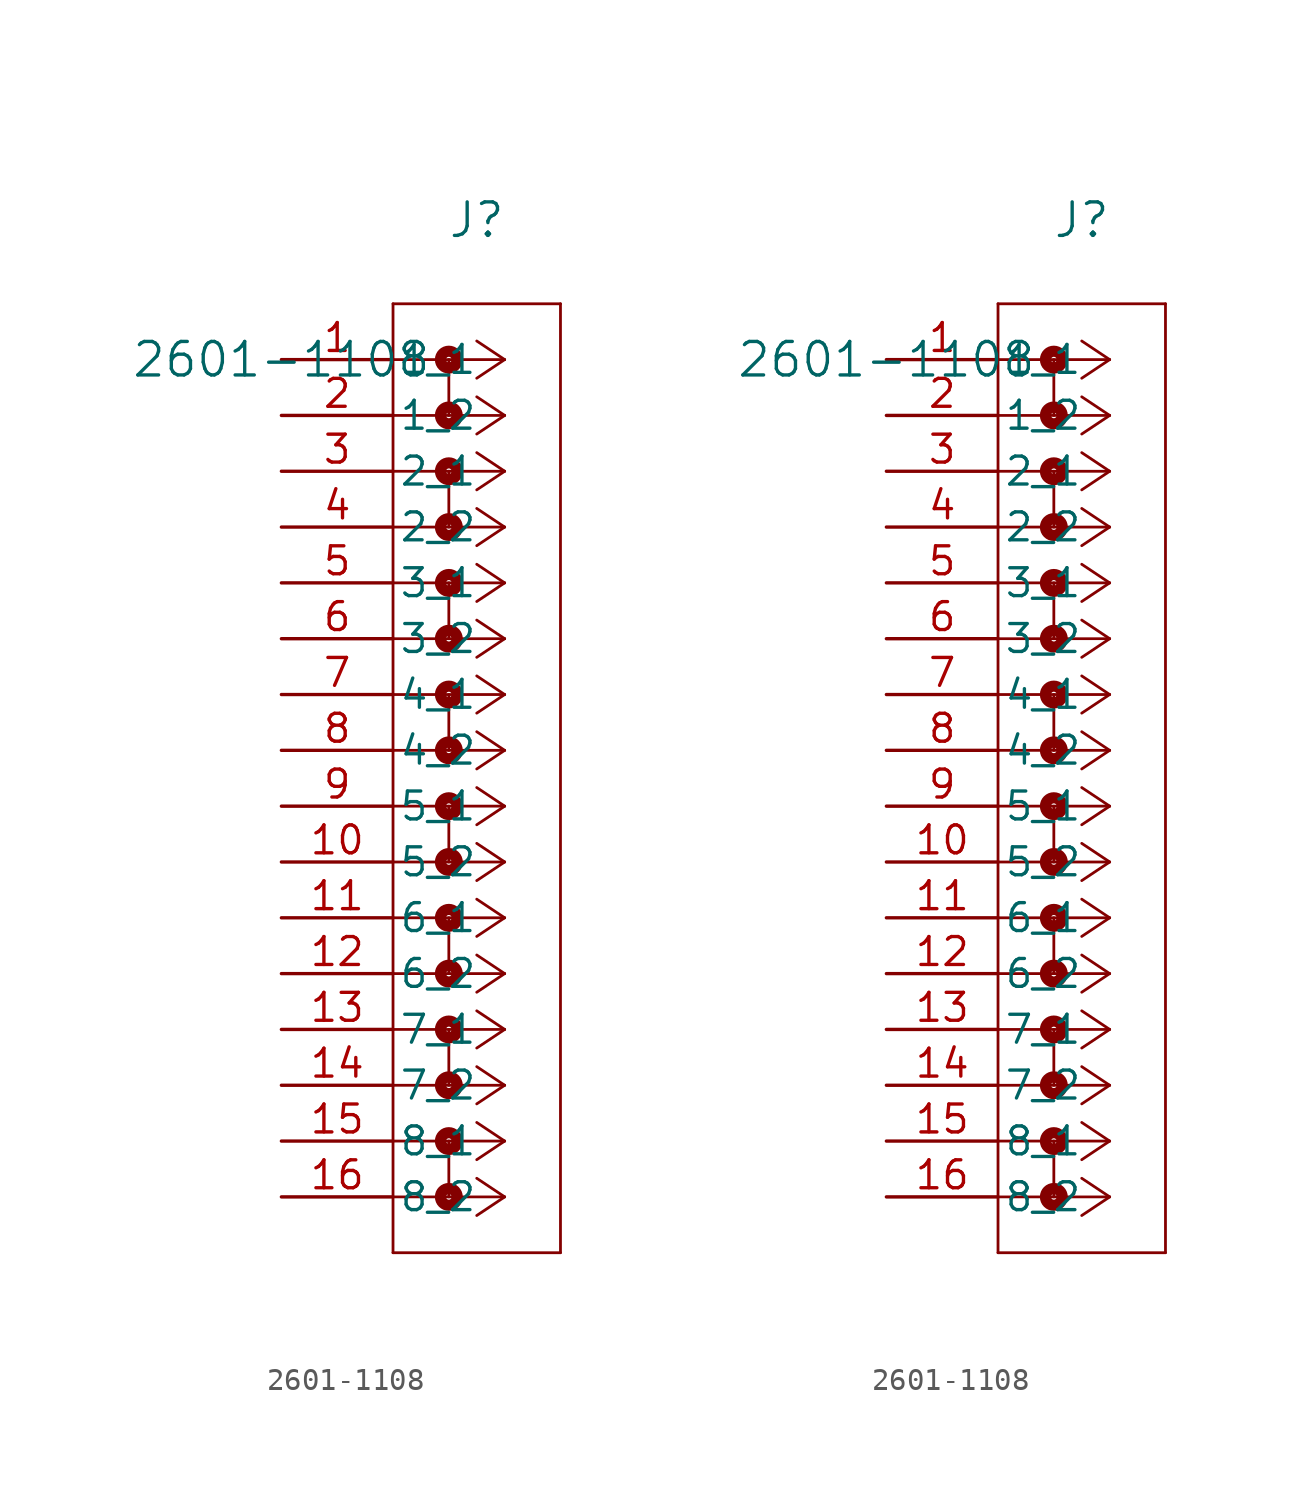
<source format=kicad_sym>
(kicad_symbol_lib
  (version 20211014)
  (generator kicad_symbol_editor)
  (symbol "2601-1108"
    (pin_names
      (offset 0.254))
    (property "Reference" "J"
      (at 8.89 6.35 0)
      (effects (font (size 1.524 1.524))))
    (property "Value" "2601-1108"
      (at 0 0 0)
      (effects (font (size 1.524 1.524))))
    (symbol "2601-1108_1_1"
      (polyline (pts (xy 10.16 0) (xy 5.08 0)) (stroke (width 0.127) (type default) (color 0 0 0 0)) (fill (type none)))
      (polyline (pts (xy 10.16 -2.54) (xy 5.08 -2.54)) (stroke (width 0.127) (type default) (color 0 0 0 0)) (fill (type none)))
      (polyline (pts (xy 10.16 -5.08) (xy 5.08 -5.08)) (stroke (width 0.127) (type default) (color 0 0 0 0)) (fill (type none)))
      (polyline (pts (xy 10.16 -7.62) (xy 5.08 -7.62)) (stroke (width 0.127) (type default) (color 0 0 0 0)) (fill (type none)))
      (polyline (pts (xy 10.16 -10.16) (xy 5.08 -10.16)) (stroke (width 0.127) (type default) (color 0 0 0 0)) (fill (type none)))
      (polyline (pts (xy 10.16 -12.7) (xy 5.08 -12.7)) (stroke (width 0.127) (type default) (color 0 0 0 0)) (fill (type none)))
      (polyline (pts (xy 10.16 -15.24) (xy 5.08 -15.24)) (stroke (width 0.127) (type default) (color 0 0 0 0)) (fill (type none)))
      (polyline (pts (xy 10.16 -17.78) (xy 5.08 -17.78)) (stroke (width 0.127) (type default) (color 0 0 0 0)) (fill (type none)))
      (polyline (pts (xy 10.16 -20.32) (xy 5.08 -20.32)) (stroke (width 0.127) (type default) (color 0 0 0 0)) (fill (type none)))
      (polyline (pts (xy 10.16 -22.86) (xy 5.08 -22.86)) (stroke (width 0.127) (type default) (color 0 0 0 0)) (fill (type none)))
      (polyline (pts (xy 10.16 -25.4) (xy 5.08 -25.4)) (stroke (width 0.127) (type default) (color 0 0 0 0)) (fill (type none)))
      (polyline (pts (xy 10.16 -27.94) (xy 5.08 -27.94)) (stroke (width 0.127) (type default) (color 0 0 0 0)) (fill (type none)))
      (polyline (pts (xy 10.16 -30.48) (xy 5.08 -30.48)) (stroke (width 0.127) (type default) (color 0 0 0 0)) (fill (type none)))
      (polyline (pts (xy 10.16 -33.02) (xy 5.08 -33.02)) (stroke (width 0.127) (type default) (color 0 0 0 0)) (fill (type none)))
      (polyline (pts (xy 10.16 -35.56) (xy 5.08 -35.56)) (stroke (width 0.127) (type default) (color 0 0 0 0)) (fill (type none)))
      (polyline (pts (xy 10.16 -38.1) (xy 5.08 -38.1)) (stroke (width 0.127) (type default) (color 0 0 0 0)) (fill (type none)))
      (polyline (pts (xy 10.16 0) (xy 8.89 0.847)) (stroke (width 0.127) (type default) (color 0 0 0 0)) (fill (type none)))
      (polyline (pts (xy 10.16 -2.54) (xy 8.89 -1.693)) (stroke (width 0.127) (type default) (color 0 0 0 0)) (fill (type none)))
      (polyline (pts (xy 10.16 -5.08) (xy 8.89 -4.233)) (stroke (width 0.127) (type default) (color 0 0 0 0)) (fill (type none)))
      (polyline (pts (xy 10.16 -7.62) (xy 8.89 -6.773)) (stroke (width 0.127) (type default) (color 0 0 0 0)) (fill (type none)))
      (polyline (pts (xy 10.16 -10.16) (xy 8.89 -9.313)) (stroke (width 0.127) (type default) (color 0 0 0 0)) (fill (type none)))
      (polyline (pts (xy 10.16 -12.7) (xy 8.89 -11.853)) (stroke (width 0.127) (type default) (color 0 0 0 0)) (fill (type none)))
      (polyline (pts (xy 10.16 -15.24) (xy 8.89 -14.393)) (stroke (width 0.127) (type default) (color 0 0 0 0)) (fill (type none)))
      (polyline (pts (xy 10.16 -17.78) (xy 8.89 -16.933)) (stroke (width 0.127) (type default) (color 0 0 0 0)) (fill (type none)))
      (polyline (pts (xy 10.16 -20.32) (xy 8.89 -19.473)) (stroke (width 0.127) (type default) (color 0 0 0 0)) (fill (type none)))
      (polyline (pts (xy 10.16 -22.86) (xy 8.89 -22.013)) (stroke (width 0.127) (type default) (color 0 0 0 0)) (fill (type none)))
      (polyline (pts (xy 10.16 -25.4) (xy 8.89 -24.553)) (stroke (width 0.127) (type default) (color 0 0 0 0)) (fill (type none)))
      (polyline (pts (xy 10.16 -27.94) (xy 8.89 -27.093)) (stroke (width 0.127) (type default) (color 0 0 0 0)) (fill (type none)))
      (polyline (pts (xy 10.16 -30.48) (xy 8.89 -29.633)) (stroke (width 0.127) (type default) (color 0 0 0 0)) (fill (type none)))
      (polyline (pts (xy 10.16 -33.02) (xy 8.89 -32.173)) (stroke (width 0.127) (type default) (color 0 0 0 0)) (fill (type none)))
      (polyline (pts (xy 10.16 -35.56) (xy 8.89 -34.713)) (stroke (width 0.127) (type default) (color 0 0 0 0)) (fill (type none)))
      (polyline (pts (xy 10.16 -38.1) (xy 8.89 -37.253)) (stroke (width 0.127) (type default) (color 0 0 0 0)) (fill (type none)))
      (polyline (pts (xy 10.16 0) (xy 8.89 -0.847)) (stroke (width 0.127) (type default) (color 0 0 0 0)) (fill (type none)))
      (polyline (pts (xy 10.16 -2.54) (xy 8.89 -3.387)) (stroke (width 0.127) (type default) (color 0 0 0 0)) (fill (type none)))
      (polyline (pts (xy 10.16 -5.08) (xy 8.89 -5.927)) (stroke (width 0.127) (type default) (color 0 0 0 0)) (fill (type none)))
      (polyline (pts (xy 10.16 -7.62) (xy 8.89 -8.467)) (stroke (width 0.127) (type default) (color 0 0 0 0)) (fill (type none)))
      (polyline (pts (xy 10.16 -10.16) (xy 8.89 -11.007)) (stroke (width 0.127) (type default) (color 0 0 0 0)) (fill (type none)))
      (polyline (pts (xy 10.16 -12.7) (xy 8.89 -13.547)) (stroke (width 0.127) (type default) (color 0 0 0 0)) (fill (type none)))
      (polyline (pts (xy 10.16 -15.24) (xy 8.89 -16.087)) (stroke (width 0.127) (type default) (color 0 0 0 0)) (fill (type none)))
      (polyline (pts (xy 10.16 -17.78) (xy 8.89 -18.627)) (stroke (width 0.127) (type default) (color 0 0 0 0)) (fill (type none)))
      (polyline (pts (xy 10.16 -20.32) (xy 8.89 -21.167)) (stroke (width 0.127) (type default) (color 0 0 0 0)) (fill (type none)))
      (polyline (pts (xy 10.16 -22.86) (xy 8.89 -23.707)) (stroke (width 0.127) (type default) (color 0 0 0 0)) (fill (type none)))
      (polyline (pts (xy 10.16 -25.4) (xy 8.89 -26.247)) (stroke (width 0.127) (type default) (color 0 0 0 0)) (fill (type none)))
      (polyline (pts (xy 10.16 -27.94) (xy 8.89 -28.787)) (stroke (width 0.127) (type default) (color 0 0 0 0)) (fill (type none)))
      (polyline (pts (xy 10.16 -30.48) (xy 8.89 -31.327)) (stroke (width 0.127) (type default) (color 0 0 0 0)) (fill (type none)))
      (polyline (pts (xy 10.16 -33.02) (xy 8.89 -33.867)) (stroke (width 0.127) (type default) (color 0 0 0 0)) (fill (type none)))
      (polyline (pts (xy 10.16 -35.56) (xy 8.89 -36.407)) (stroke (width 0.127) (type default) (color 0 0 0 0)) (fill (type none)))
      (polyline (pts (xy 10.16 -38.1) (xy 8.89 -38.947)) (stroke (width 0.127) (type default) (color 0 0 0 0)) (fill (type none)))
      (polyline (pts (xy 5.08 2.54) (xy 5.08 -40.64)) (stroke (width 0.127) (type default) (color 0 0 0 0)) (fill (type none)))
      (polyline (pts (xy 5.08 -40.64) (xy 12.7 -40.64)) (stroke (width 0.127) (type default) (color 0 0 0 0)) (fill (type none)))
      (polyline (pts (xy 12.7 -40.64) (xy 12.7 2.54)) (stroke (width 0.127) (type default) (color 0 0 0 0)) (fill (type none)))
      (polyline (pts (xy 12.7 2.54) (xy 5.08 2.54)) (stroke (width 0.127) (type default) (color 0 0 0 0)) (fill (type none)))
      (circle (center 7.62 0) (radius 0.127) (stroke (width 0.508) (type default) (color 0 0 0 0)) (fill (type none)))
      (polyline (pts (xy 7.62 0) (xy 7.62 -2.54)) (stroke (width 0.127) (type default) (color 0 0 0 0)) (fill (type none)))
      (circle (center 7.62 -2.54) (radius 0.127) (stroke (width 0.508) (type default) (color 0 0 0 0)) (fill (type none)))
      (circle (center 7.62 -5.08) (radius 0.127) (stroke (width 0.508) (type default) (color 0 0 0 0)) (fill (type none)))
      (polyline (pts (xy 7.62 -5.08) (xy 7.62 -7.62)) (stroke (width 0.127) (type default) (color 0 0 0 0)) (fill (type none)))
      (circle (center 7.62 -7.62) (radius 0.127) (stroke (width 0.508) (type default) (color 0 0 0 0)) (fill (type none)))
      (circle (center 7.62 -10.16) (radius 0.127) (stroke (width 0.508) (type default) (color 0 0 0 0)) (fill (type none)))
      (polyline (pts (xy 7.62 -10.16) (xy 7.62 -12.7)) (stroke (width 0.127) (type default) (color 0 0 0 0)) (fill (type none)))
      (circle (center 7.62 -12.7) (radius 0.127) (stroke (width 0.508) (type default) (color 0 0 0 0)) (fill (type none)))
      (circle (center 7.62 -15.24) (radius 0.127) (stroke (width 0.508) (type default) (color 0 0 0 0)) (fill (type none)))
      (polyline (pts (xy 7.62 -15.24) (xy 7.62 -17.78)) (stroke (width 0.127) (type default) (color 0 0 0 0)) (fill (type none)))
      (circle (center 7.62 -17.78) (radius 0.127) (stroke (width 0.508) (type default) (color 0 0 0 0)) (fill (type none)))
      (circle (center 7.62 -20.32) (radius 0.127) (stroke (width 0.508) (type default) (color 0 0 0 0)) (fill (type none)))
      (polyline (pts (xy 7.62 -20.32) (xy 7.62 -22.86)) (stroke (width 0.127) (type default) (color 0 0 0 0)) (fill (type none)))
      (circle (center 7.62 -22.86) (radius 0.127) (stroke (width 0.508) (type default) (color 0 0 0 0)) (fill (type none)))
      (circle (center 7.62 -25.4) (radius 0.127) (stroke (width 0.508) (type default) (color 0 0 0 0)) (fill (type none)))
      (polyline (pts (xy 7.62 -25.4) (xy 7.62 -27.94)) (stroke (width 0.127) (type default) (color 0 0 0 0)) (fill (type none)))
      (circle (center 7.62 -27.94) (radius 0.127) (stroke (width 0.508) (type default) (color 0 0 0 0)) (fill (type none)))
      (circle (center 7.62 -30.48) (radius 0.127) (stroke (width 0.508) (type default) (color 0 0 0 0)) (fill (type none)))
      (polyline (pts (xy 7.62 -30.48) (xy 7.62 -33.02)) (stroke (width 0.127) (type default) (color 0 0 0 0)) (fill (type none)))
      (circle (center 7.62 -33.02) (radius 0.127) (stroke (width 0.508) (type default) (color 0 0 0 0)) (fill (type none)))
      (circle (center 7.62 -35.56) (radius 0.127) (stroke (width 0.508) (type default) (color 0 0 0 0)) (fill (type none)))
      (polyline (pts (xy 7.62 -35.56) (xy 7.62 -38.1)) (stroke (width 0.127) (type default) (color 0 0 0 0)) (fill (type none)))
      (circle (center 7.62 -38.1) (radius 0.127) (stroke (width 0.508) (type default) (color 0 0 0 0)) (fill (type none)))
      (pin unspecified line (at 0 0 0) (length 5.08) (name "1_1" (effects (font (size 1.27 1.27)))) (number "1" (effects (font (size 1.27 1.27)))))
      (pin unspecified line (at 0 -2.54 0) (length 5.08) (name "1_2" (effects (font (size 1.27 1.27)))) (number "2" (effects (font (size 1.27 1.27)))))
      (pin unspecified line (at 0 -5.08 0) (length 5.08) (name "2_1" (effects (font (size 1.27 1.27)))) (number "3" (effects (font (size 1.27 1.27)))))
      (pin unspecified line (at 0 -7.62 0) (length 5.08) (name "2_2" (effects (font (size 1.27 1.27)))) (number "4" (effects (font (size 1.27 1.27)))))
      (pin unspecified line (at 0 -10.16 0) (length 5.08) (name "3_1" (effects (font (size 1.27 1.27)))) (number "5" (effects (font (size 1.27 1.27)))))
      (pin unspecified line (at 0 -12.7 0) (length 5.08) (name "3_2" (effects (font (size 1.27 1.27)))) (number "6" (effects (font (size 1.27 1.27)))))
      (pin unspecified line (at 0 -15.24 0) (length 5.08) (name "4_1" (effects (font (size 1.27 1.27)))) (number "7" (effects (font (size 1.27 1.27)))))
      (pin unspecified line (at 0 -17.78 0) (length 5.08) (name "4_2" (effects (font (size 1.27 1.27)))) (number "8" (effects (font (size 1.27 1.27)))))
      (pin unspecified line (at 0 -20.32 0) (length 5.08) (name "5_1" (effects (font (size 1.27 1.27)))) (number "9" (effects (font (size 1.27 1.27)))))
      (pin unspecified line (at 0 -22.86 0) (length 5.08) (name "5_2" (effects (font (size 1.27 1.27)))) (number "10" (effects (font (size 1.27 1.27)))))
      (pin unspecified line (at 0 -25.4 0) (length 5.08) (name "6_1" (effects (font (size 1.27 1.27)))) (number "11" (effects (font (size 1.27 1.27)))))
      (pin unspecified line (at 0 -27.94 0) (length 5.08) (name "6_2" (effects (font (size 1.27 1.27)))) (number "12" (effects (font (size 1.27 1.27)))))
      (pin unspecified line (at 0 -30.48 0) (length 5.08) (name "7_1" (effects (font (size 1.27 1.27)))) (number "13" (effects (font (size 1.27 1.27)))))
      (pin unspecified line (at 0 -33.02 0) (length 5.08) (name "7_2" (effects (font (size 1.27 1.27)))) (number "14" (effects (font (size 1.27 1.27)))))
      (pin unspecified line (at 0 -35.56 0) (length 5.08) (name "8_1" (effects (font (size 1.27 1.27)))) (number "15" (effects (font (size 1.27 1.27)))))
      (pin unspecified line (at 0 -38.1 0) (length 5.08) (name "8_2" (effects (font (size 1.27 1.27)))) (number "16" (effects (font (size 1.27 1.27))))))
    (symbol "2601-1108_1_2"
      (polyline (pts (xy 10.16 0) (xy 5.08 0)) (stroke (width 0.127) (type default) (color 0 0 0 0)) (fill (type none)))
      (polyline (pts (xy 10.16 -2.54) (xy 5.08 -2.54)) (stroke (width 0.127) (type default) (color 0 0 0 0)) (fill (type none)))
      (polyline (pts (xy 10.16 -5.08) (xy 5.08 -5.08)) (stroke (width 0.127) (type default) (color 0 0 0 0)) (fill (type none)))
      (polyline (pts (xy 10.16 -7.62) (xy 5.08 -7.62)) (stroke (width 0.127) (type default) (color 0 0 0 0)) (fill (type none)))
      (polyline (pts (xy 10.16 -10.16) (xy 5.08 -10.16)) (stroke (width 0.127) (type default) (color 0 0 0 0)) (fill (type none)))
      (polyline (pts (xy 10.16 -12.7) (xy 5.08 -12.7)) (stroke (width 0.127) (type default) (color 0 0 0 0)) (fill (type none)))
      (polyline (pts (xy 10.16 -15.24) (xy 5.08 -15.24)) (stroke (width 0.127) (type default) (color 0 0 0 0)) (fill (type none)))
      (polyline (pts (xy 10.16 -17.78) (xy 5.08 -17.78)) (stroke (width 0.127) (type default) (color 0 0 0 0)) (fill (type none)))
      (polyline (pts (xy 10.16 -20.32) (xy 5.08 -20.32)) (stroke (width 0.127) (type default) (color 0 0 0 0)) (fill (type none)))
      (polyline (pts (xy 10.16 -22.86) (xy 5.08 -22.86)) (stroke (width 0.127) (type default) (color 0 0 0 0)) (fill (type none)))
      (polyline (pts (xy 10.16 -25.4) (xy 5.08 -25.4)) (stroke (width 0.127) (type default) (color 0 0 0 0)) (fill (type none)))
      (polyline (pts (xy 10.16 -27.94) (xy 5.08 -27.94)) (stroke (width 0.127) (type default) (color 0 0 0 0)) (fill (type none)))
      (polyline (pts (xy 10.16 -30.48) (xy 5.08 -30.48)) (stroke (width 0.127) (type default) (color 0 0 0 0)) (fill (type none)))
      (polyline (pts (xy 10.16 -33.02) (xy 5.08 -33.02)) (stroke (width 0.127) (type default) (color 0 0 0 0)) (fill (type none)))
      (polyline (pts (xy 10.16 -35.56) (xy 5.08 -35.56)) (stroke (width 0.127) (type default) (color 0 0 0 0)) (fill (type none)))
      (polyline (pts (xy 10.16 -38.1) (xy 5.08 -38.1)) (stroke (width 0.127) (type default) (color 0 0 0 0)) (fill (type none)))
      (polyline (pts (xy 10.16 0) (xy 8.89 0.847)) (stroke (width 0.127) (type default) (color 0 0 0 0)) (fill (type none)))
      (polyline (pts (xy 10.16 -2.54) (xy 8.89 -1.693)) (stroke (width 0.127) (type default) (color 0 0 0 0)) (fill (type none)))
      (polyline (pts (xy 10.16 -5.08) (xy 8.89 -4.233)) (stroke (width 0.127) (type default) (color 0 0 0 0)) (fill (type none)))
      (polyline (pts (xy 10.16 -7.62) (xy 8.89 -6.773)) (stroke (width 0.127) (type default) (color 0 0 0 0)) (fill (type none)))
      (polyline (pts (xy 10.16 -10.16) (xy 8.89 -9.313)) (stroke (width 0.127) (type default) (color 0 0 0 0)) (fill (type none)))
      (polyline (pts (xy 10.16 -12.7) (xy 8.89 -11.853)) (stroke (width 0.127) (type default) (color 0 0 0 0)) (fill (type none)))
      (polyline (pts (xy 10.16 -15.24) (xy 8.89 -14.393)) (stroke (width 0.127) (type default) (color 0 0 0 0)) (fill (type none)))
      (polyline (pts (xy 10.16 -17.78) (xy 8.89 -16.933)) (stroke (width 0.127) (type default) (color 0 0 0 0)) (fill (type none)))
      (polyline (pts (xy 10.16 -20.32) (xy 8.89 -19.473)) (stroke (width 0.127) (type default) (color 0 0 0 0)) (fill (type none)))
      (polyline (pts (xy 10.16 -22.86) (xy 8.89 -22.013)) (stroke (width 0.127) (type default) (color 0 0 0 0)) (fill (type none)))
      (polyline (pts (xy 10.16 -25.4) (xy 8.89 -24.553)) (stroke (width 0.127) (type default) (color 0 0 0 0)) (fill (type none)))
      (polyline (pts (xy 10.16 -27.94) (xy 8.89 -27.093)) (stroke (width 0.127) (type default) (color 0 0 0 0)) (fill (type none)))
      (polyline (pts (xy 10.16 -30.48) (xy 8.89 -29.633)) (stroke (width 0.127) (type default) (color 0 0 0 0)) (fill (type none)))
      (polyline (pts (xy 10.16 -33.02) (xy 8.89 -32.173)) (stroke (width 0.127) (type default) (color 0 0 0 0)) (fill (type none)))
      (polyline (pts (xy 10.16 -35.56) (xy 8.89 -34.713)) (stroke (width 0.127) (type default) (color 0 0 0 0)) (fill (type none)))
      (polyline (pts (xy 10.16 -38.1) (xy 8.89 -37.253)) (stroke (width 0.127) (type default) (color 0 0 0 0)) (fill (type none)))
      (polyline (pts (xy 10.16 0) (xy 8.89 -0.847)) (stroke (width 0.127) (type default) (color 0 0 0 0)) (fill (type none)))
      (polyline (pts (xy 10.16 -2.54) (xy 8.89 -3.387)) (stroke (width 0.127) (type default) (color 0 0 0 0)) (fill (type none)))
      (polyline (pts (xy 10.16 -5.08) (xy 8.89 -5.927)) (stroke (width 0.127) (type default) (color 0 0 0 0)) (fill (type none)))
      (polyline (pts (xy 10.16 -7.62) (xy 8.89 -8.467)) (stroke (width 0.127) (type default) (color 0 0 0 0)) (fill (type none)))
      (polyline (pts (xy 10.16 -10.16) (xy 8.89 -11.007)) (stroke (width 0.127) (type default) (color 0 0 0 0)) (fill (type none)))
      (polyline (pts (xy 10.16 -12.7) (xy 8.89 -13.547)) (stroke (width 0.127) (type default) (color 0 0 0 0)) (fill (type none)))
      (polyline (pts (xy 10.16 -15.24) (xy 8.89 -16.087)) (stroke (width 0.127) (type default) (color 0 0 0 0)) (fill (type none)))
      (polyline (pts (xy 10.16 -17.78) (xy 8.89 -18.627)) (stroke (width 0.127) (type default) (color 0 0 0 0)) (fill (type none)))
      (polyline (pts (xy 10.16 -20.32) (xy 8.89 -21.167)) (stroke (width 0.127) (type default) (color 0 0 0 0)) (fill (type none)))
      (polyline (pts (xy 10.16 -22.86) (xy 8.89 -23.707)) (stroke (width 0.127) (type default) (color 0 0 0 0)) (fill (type none)))
      (polyline (pts (xy 10.16 -25.4) (xy 8.89 -26.247)) (stroke (width 0.127) (type default) (color 0 0 0 0)) (fill (type none)))
      (polyline (pts (xy 10.16 -27.94) (xy 8.89 -28.787)) (stroke (width 0.127) (type default) (color 0 0 0 0)) (fill (type none)))
      (polyline (pts (xy 10.16 -30.48) (xy 8.89 -31.327)) (stroke (width 0.127) (type default) (color 0 0 0 0)) (fill (type none)))
      (polyline (pts (xy 10.16 -33.02) (xy 8.89 -33.867)) (stroke (width 0.127) (type default) (color 0 0 0 0)) (fill (type none)))
      (polyline (pts (xy 10.16 -35.56) (xy 8.89 -36.407)) (stroke (width 0.127) (type default) (color 0 0 0 0)) (fill (type none)))
      (polyline (pts (xy 10.16 -38.1) (xy 8.89 -38.947)) (stroke (width 0.127) (type default) (color 0 0 0 0)) (fill (type none)))
      (polyline (pts (xy 5.08 2.54) (xy 5.08 -40.64)) (stroke (width 0.127) (type default) (color 0 0 0 0)) (fill (type none)))
      (polyline (pts (xy 5.08 -40.64) (xy 12.7 -40.64)) (stroke (width 0.127) (type default) (color 0 0 0 0)) (fill (type none)))
      (polyline (pts (xy 12.7 -40.64) (xy 12.7 2.54)) (stroke (width 0.127) (type default) (color 0 0 0 0)) (fill (type none)))
      (polyline (pts (xy 12.7 2.54) (xy 5.08 2.54)) (stroke (width 0.127) (type default) (color 0 0 0 0)) (fill (type none)))
      (circle (center 7.62 0) (radius 0.127) (stroke (width 0.508) (type default) (color 0 0 0 0)) (fill (type none)))
      (polyline (pts (xy 7.62 0) (xy 7.62 -2.54)) (stroke (width 0.127) (type default) (color 0 0 0 0)) (fill (type none)))
      (circle (center 7.62 -2.54) (radius 0.127) (stroke (width 0.508) (type default) (color 0 0 0 0)) (fill (type none)))
      (circle (center 7.62 -5.08) (radius 0.127) (stroke (width 0.508) (type default) (color 0 0 0 0)) (fill (type none)))
      (polyline (pts (xy 7.62 -5.08) (xy 7.62 -7.62)) (stroke (width 0.127) (type default) (color 0 0 0 0)) (fill (type none)))
      (circle (center 7.62 -7.62) (radius 0.127) (stroke (width 0.508) (type default) (color 0 0 0 0)) (fill (type none)))
      (circle (center 7.62 -10.16) (radius 0.127) (stroke (width 0.508) (type default) (color 0 0 0 0)) (fill (type none)))
      (polyline (pts (xy 7.62 -10.16) (xy 7.62 -12.7)) (stroke (width 0.127) (type default) (color 0 0 0 0)) (fill (type none)))
      (circle (center 7.62 -12.7) (radius 0.127) (stroke (width 0.508) (type default) (color 0 0 0 0)) (fill (type none)))
      (circle (center 7.62 -15.24) (radius 0.127) (stroke (width 0.508) (type default) (color 0 0 0 0)) (fill (type none)))
      (polyline (pts (xy 7.62 -15.24) (xy 7.62 -17.78)) (stroke (width 0.127) (type default) (color 0 0 0 0)) (fill (type none)))
      (circle (center 7.62 -17.78) (radius 0.127) (stroke (width 0.508) (type default) (color 0 0 0 0)) (fill (type none)))
      (circle (center 7.62 -20.32) (radius 0.127) (stroke (width 0.508) (type default) (color 0 0 0 0)) (fill (type none)))
      (polyline (pts (xy 7.62 -20.32) (xy 7.62 -22.86)) (stroke (width 0.127) (type default) (color 0 0 0 0)) (fill (type none)))
      (circle (center 7.62 -22.86) (radius 0.127) (stroke (width 0.508) (type default) (color 0 0 0 0)) (fill (type none)))
      (circle (center 7.62 -25.4) (radius 0.127) (stroke (width 0.508) (type default) (color 0 0 0 0)) (fill (type none)))
      (polyline (pts (xy 7.62 -25.4) (xy 7.62 -27.94)) (stroke (width 0.127) (type default) (color 0 0 0 0)) (fill (type none)))
      (circle (center 7.62 -27.94) (radius 0.127) (stroke (width 0.508) (type default) (color 0 0 0 0)) (fill (type none)))
      (circle (center 7.62 -30.48) (radius 0.127) (stroke (width 0.508) (type default) (color 0 0 0 0)) (fill (type none)))
      (polyline (pts (xy 7.62 -30.48) (xy 7.62 -33.02)) (stroke (width 0.127) (type default) (color 0 0 0 0)) (fill (type none)))
      (circle (center 7.62 -33.02) (radius 0.127) (stroke (width 0.508) (type default) (color 0 0 0 0)) (fill (type none)))
      (circle (center 7.62 -35.56) (radius 0.127) (stroke (width 0.508) (type default) (color 0 0 0 0)) (fill (type none)))
      (polyline (pts (xy 7.62 -35.56) (xy 7.62 -38.1)) (stroke (width 0.127) (type default) (color 0 0 0 0)) (fill (type none)))
      (circle (center 7.62 -38.1) (radius 0.127) (stroke (width 0.508) (type default) (color 0 0 0 0)) (fill (type none)))
      (pin unspecified line (at 0 0 0) (length 5.08) (name "1_1" (effects (font (size 1.27 1.27)))) (number "1" (effects (font (size 1.27 1.27)))))
      (pin unspecified line (at 0 -2.54 0) (length 5.08) (name "1_2" (effects (font (size 1.27 1.27)))) (number "2" (effects (font (size 1.27 1.27)))))
      (pin unspecified line (at 0 -5.08 0) (length 5.08) (name "2_1" (effects (font (size 1.27 1.27)))) (number "3" (effects (font (size 1.27 1.27)))))
      (pin unspecified line (at 0 -7.62 0) (length 5.08) (name "2_2" (effects (font (size 1.27 1.27)))) (number "4" (effects (font (size 1.27 1.27)))))
      (pin unspecified line (at 0 -10.16 0) (length 5.08) (name "3_1" (effects (font (size 1.27 1.27)))) (number "5" (effects (font (size 1.27 1.27)))))
      (pin unspecified line (at 0 -12.7 0) (length 5.08) (name "3_2" (effects (font (size 1.27 1.27)))) (number "6" (effects (font (size 1.27 1.27)))))
      (pin unspecified line (at 0 -15.24 0) (length 5.08) (name "4_1" (effects (font (size 1.27 1.27)))) (number "7" (effects (font (size 1.27 1.27)))))
      (pin unspecified line (at 0 -17.78 0) (length 5.08) (name "4_2" (effects (font (size 1.27 1.27)))) (number "8" (effects (font (size 1.27 1.27)))))
      (pin unspecified line (at 0 -20.32 0) (length 5.08) (name "5_1" (effects (font (size 1.27 1.27)))) (number "9" (effects (font (size 1.27 1.27)))))
      (pin unspecified line (at 0 -22.86 0) (length 5.08) (name "5_2" (effects (font (size 1.27 1.27)))) (number "10" (effects (font (size 1.27 1.27)))))
      (pin unspecified line (at 0 -25.4 0) (length 5.08) (name "6_1" (effects (font (size 1.27 1.27)))) (number "11" (effects (font (size 1.27 1.27)))))
      (pin unspecified line (at 0 -27.94 0) (length 5.08) (name "6_2" (effects (font (size 1.27 1.27)))) (number "12" (effects (font (size 1.27 1.27)))))
      (pin unspecified line (at 0 -30.48 0) (length 5.08) (name "7_1" (effects (font (size 1.27 1.27)))) (number "13" (effects (font (size 1.27 1.27)))))
      (pin unspecified line (at 0 -33.02 0) (length 5.08) (name "7_2" (effects (font (size 1.27 1.27)))) (number "14" (effects (font (size 1.27 1.27)))))
      (pin unspecified line (at 0 -35.56 0) (length 5.08) (name "8_1" (effects (font (size 1.27 1.27)))) (number "15" (effects (font (size 1.27 1.27)))))
      (pin unspecified line (at 0 -38.1 0) (length 5.08) (name "8_2" (effects (font (size 1.27 1.27)))) (number "16" (effects (font (size 1.27 1.27))))))))
</source>
